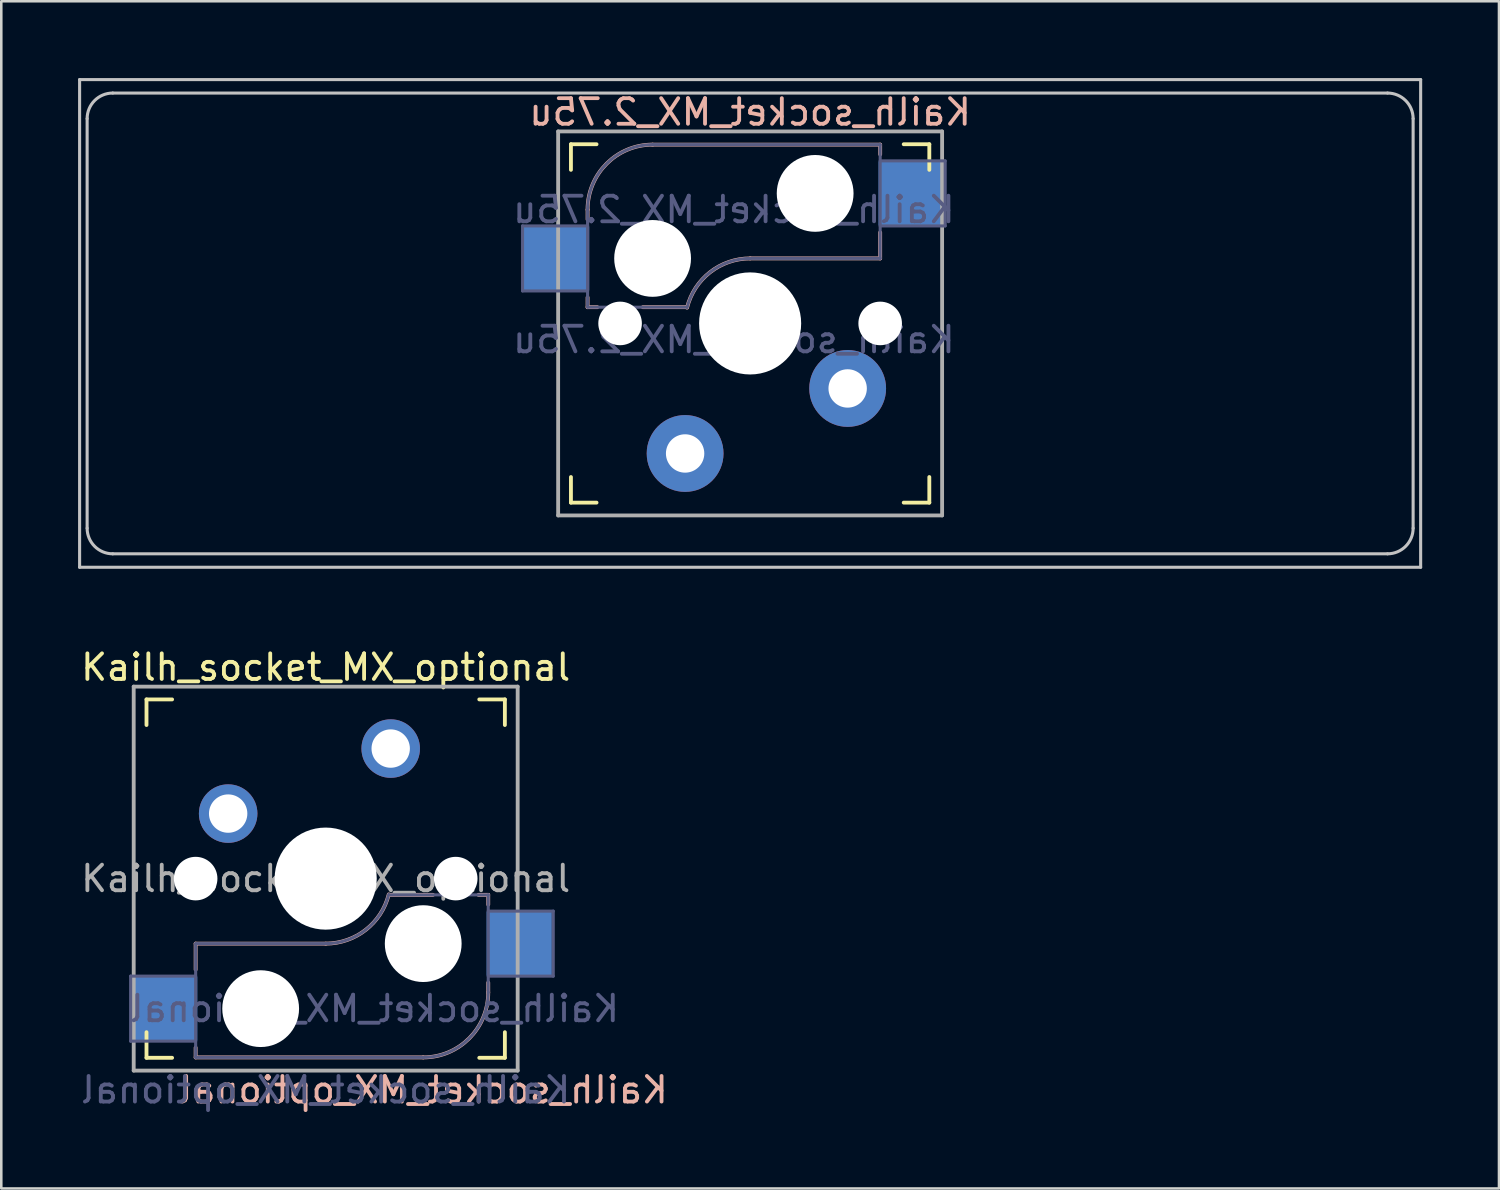
<source format=kicad_pcb>
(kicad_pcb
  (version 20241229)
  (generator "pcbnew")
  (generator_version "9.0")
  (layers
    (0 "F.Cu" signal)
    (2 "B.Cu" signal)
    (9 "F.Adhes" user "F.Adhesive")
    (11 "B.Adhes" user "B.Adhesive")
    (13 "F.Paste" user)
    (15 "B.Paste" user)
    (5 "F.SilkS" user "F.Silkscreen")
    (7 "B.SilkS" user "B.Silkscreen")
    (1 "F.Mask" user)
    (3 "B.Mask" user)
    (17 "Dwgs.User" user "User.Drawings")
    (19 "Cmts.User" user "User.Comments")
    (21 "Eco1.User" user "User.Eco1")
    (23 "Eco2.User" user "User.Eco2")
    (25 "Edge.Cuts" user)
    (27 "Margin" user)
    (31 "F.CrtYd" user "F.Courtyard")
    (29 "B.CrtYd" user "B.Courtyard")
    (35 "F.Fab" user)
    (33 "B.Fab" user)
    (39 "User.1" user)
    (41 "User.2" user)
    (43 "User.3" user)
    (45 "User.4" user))
  (footprint "Kailh_socket_MX_optional"
    (layer "F.Cu")
    (at 9.673 31.273)
    (property "Reference" "Kailh_socket_MX_optional" (at 0 -8.255 0) (layer "F.SilkS") (effects (font (size 1 1) (thickness 0.15))))
    (property "Value" "Kailh_socket_MX_optional" (at 0 8.255 0) (layer "F.Fab") (hide yes) (effects (font (size 1 1) (thickness 0.15))))
    (attr through_hole)
    (fp_line (start -7 -6) (end -7 -7) (stroke (width 0.15) (type solid)) (layer "F.SilkS"))
    (fp_line (start -7 7) (end -7 6) (stroke (width 0.15) (type solid)) (layer "F.SilkS"))
    (fp_line (start -7 7) (end -6 7) (stroke (width 0.15) (type solid)) (layer "F.SilkS"))
    (fp_line (start -6 -7) (end -7 -7) (stroke (width 0.15) (type solid)) (layer "F.SilkS"))
    (fp_line (start 6 7) (end 7 7) (stroke (width 0.15) (type solid)) (layer "F.SilkS"))
    (fp_line (start 7 -7) (end 6 -7) (stroke (width 0.15) (type solid)) (layer "F.SilkS"))
    (fp_line (start 7 -7) (end 7 -6) (stroke (width 0.15) (type solid)) (layer "F.SilkS"))
    (fp_line (start 7 6) (end 7 7) (stroke (width 0.15) (type solid)) (layer "F.SilkS"))
    (fp_line (start -5.08 2.54) (end -5.08 3.556) (stroke (width 0.15) (type solid)) (layer "B.SilkS"))
    (fp_line (start -5.08 6.604) (end -5.08 6.985) (stroke (width 0.15) (type solid)) (layer "B.SilkS"))
    (fp_line (start -5.08 6.985) (end 3.81 6.985) (stroke (width 0.15) (type solid)) (layer "B.SilkS"))
    (fp_line (start 0 2.54) (end -5.08 2.54) (stroke (width 0.15) (type solid)) (layer "B.SilkS"))
    (fp_line (start 4.191 0.635) (end 2.54 0.635) (stroke (width 0.15) (type solid)) (layer "B.SilkS"))
    (fp_line (start 6.35 0.635) (end 5.969 0.635) (stroke (width 0.15) (type solid)) (layer "B.SilkS"))
    (fp_line (start 6.35 1.016) (end 6.35 0.635) (stroke (width 0.15) (type solid)) (layer "B.SilkS"))
    (fp_line (start 6.35 4.445) (end 6.35 4.064) (stroke (width 0.15) (type solid)) (layer "B.SilkS"))
    (fp_arc (start 2.464162 0.61604) (mid 1.563147 2.002042) (end 0 2.54) (stroke (width 0.15) (type solid)) (layer "B.SilkS"))
    (fp_arc (start 6.35 4.445) (mid 5.606051 6.241051) (end 3.81 6.985) (stroke (width 0.15) (type solid)) (layer "B.SilkS"))
    (fp_line (start -6.9 6.9) (end -6.9 -6.9) (stroke (width 0.15) (type solid)) (layer "Eco2.User"))
    (fp_line (start -6.9 6.9) (end 6.9 6.9) (stroke (width 0.15) (type solid)) (layer "Eco2.User"))
    (fp_line (start 6.9 -6.9) (end -6.9 -6.9) (stroke (width 0.15) (type solid)) (layer "Eco2.User"))
    (fp_line (start 6.9 -6.9) (end 6.9 6.9) (stroke (width 0.15) (type solid)) (layer "Eco2.User"))
    (fp_line (start -7.62 3.81) (end -7.62 6.35) (stroke (width 0.12) (type solid)) (layer "B.Fab"))
    (fp_line (start -7.62 6.35) (end -5.08 6.35) (stroke (width 0.12) (type solid)) (layer "B.Fab"))
    (fp_line (start -5.08 2.54) (end -5.08 6.985) (stroke (width 0.12) (type solid)) (layer "B.Fab"))
    (fp_line (start -5.08 3.81) (end -7.62 3.81) (stroke (width 0.12) (type solid)) (layer "B.Fab"))
    (fp_line (start -5.08 6.985) (end 3.81 6.985) (stroke (width 0.12) (type solid)) (layer "B.Fab"))
    (fp_line (start 0 2.54) (end -5.08 2.54) (stroke (width 0.12) (type solid)) (layer "B.Fab"))
    (fp_line (start 6.35 0.635) (end 2.54 0.635) (stroke (width 0.12) (type solid)) (layer "B.Fab"))
    (fp_line (start 6.35 3.81) (end 8.89 3.81) (stroke (width 0.12) (type solid)) (layer "B.Fab"))
    (fp_line (start 6.35 4.445) (end 6.35 0.635) (stroke (width 0.12) (type solid)) (layer "B.Fab"))
    (fp_line (start 8.89 1.27) (end 6.35 1.27) (stroke (width 0.12) (type solid)) (layer "B.Fab"))
    (fp_line (start 8.89 3.81) (end 8.89 1.27) (stroke (width 0.12) (type solid)) (layer "B.Fab"))
    (fp_arc (start 2.464162 0.61604) (mid 1.563147 2.002042) (end 0 2.54) (stroke (width 0.12) (type solid)) (layer "B.Fab"))
    (fp_arc (start 6.35 4.445) (mid 5.606051 6.241051) (end 3.81 6.985) (stroke (width 0.12) (type solid)) (layer "B.Fab"))
    (fp_line (start -7.5 -7.5) (end 7.5 -7.5) (stroke (width 0.15) (type solid)) (layer "F.Fab"))
    (fp_line (start -7.5 7.5) (end -7.5 -7.5) (stroke (width 0.15) (type solid)) (layer "F.Fab"))
    (fp_line (start 7.5 -7.5) (end 7.5 7.5) (stroke (width 0.15) (type solid)) (layer "F.Fab"))
    (fp_line (start 7.5 7.5) (end -7.5 7.5) (stroke (width 0.15) (type solid)) (layer "F.Fab"))
    (fp_text user "${REFERENCE}" (at 3.81 8.255 0) (layer "B.SilkS") (effects (font (size 1 1) (thickness 0.15)) (justify mirror)))
    (fp_text user "${REFERENCE}" (at 1.905 5.08 0) (layer "B.Fab") (effects (font (size 1 1) (thickness 0.15)) (justify mirror)))
    (fp_text user "${VALUE}" (at 0 8.255 0) (layer "B.Fab") (effects (font (size 1 1) (thickness 0.15)) (justify mirror)))
    (fp_text user "${REFERENCE}" (at 0 0 0) (layer "F.Fab") (effects (font (size 1 1) (thickness 0.15))))
    (pad "" np_thru_hole circle (at -5.08 0) (size 1.702 1.702) (drill 1.702) (layers "*.Cu" "*.Mask"))
    (pad "" np_thru_hole circle (at -2.54 5.08) (size 3 3) (drill 3) (layers "*.Cu" "*.Mask"))
    (pad "" np_thru_hole circle (at 0 0) (size 3.988 3.988) (drill 3.988) (layers "*.Cu" "*.Mask"))
    (pad "" np_thru_hole circle (at 3.81 2.54) (size 3 3) (drill 3) (layers "*.Cu" "*.Mask"))
    (pad "" np_thru_hole circle (at 5.08 0) (size 1.702 1.702) (drill 1.702) (layers "*.Cu" "*.Mask"))
    (pad "1" smd rect (at -6.29 5.08) (size 2.55 2.5) (layers "B.Cu" "B.Mask" "B.Paste"))
    (pad "1" thru_hole circle (at 2.54 -5.08) (size 2.286 2.286) (drill 1.499) (layers "*.Cu" "*.Mask"))
    (pad "2" thru_hole circle (at -3.81 -2.54) (size 2.286 2.286) (drill 1.499) (layers "*.Cu" "*.Mask"))
    (pad "2" smd rect (at 7.56 2.54) (size 2.55 2.5) (layers "B.Cu" "B.Mask" "B.Paste")))
  (footprint "Kailh_socket_MX_2.75u"
    (layer "F.Cu")
    (at 26.254 9.585)
    (property "Reference" "Kailh_socket_MX_2.75u" (at 0 -8.255 0) (layer "B.SilkS") (effects (font (size 1 1) (thickness 0.15)) (justify mirror)))
    (property "Value" "Kailh_socket_MX_2.75u" (at 0 8.255 0) (layer "F.Fab") (hide yes) (effects (font (size 1 1) (thickness 0.15))))
    (attr smd)
    (fp_line (start -7 -6) (end -7 -7) (stroke (width 0.15) (type solid)) (layer "F.SilkS"))
    (fp_line (start -7 7) (end -7 6) (stroke (width 0.15) (type solid)) (layer "F.SilkS"))
    (fp_line (start -7 7) (end -6 7) (stroke (width 0.15) (type solid)) (layer "F.SilkS"))
    (fp_line (start -6 -7) (end -7 -7) (stroke (width 0.15) (type solid)) (layer "F.SilkS"))
    (fp_line (start 6 7) (end 7 7) (stroke (width 0.15) (type solid)) (layer "F.SilkS"))
    (fp_line (start 7 -7) (end 6 -7) (stroke (width 0.15) (type solid)) (layer "F.SilkS"))
    (fp_line (start 7 -7) (end 7 -6) (stroke (width 0.15) (type solid)) (layer "F.SilkS"))
    (fp_line (start 7 6) (end 7 7) (stroke (width 0.15) (type solid)) (layer "F.SilkS"))
    (fp_line (start -6.35 -4.445) (end -6.35 -4.064) (stroke (width 0.15) (type solid)) (layer "B.SilkS"))
    (fp_line (start -6.35 -1.016) (end -6.35 -0.635) (stroke (width 0.15) (type solid)) (layer "B.SilkS"))
    (fp_line (start -5.969 -0.635) (end -6.35 -0.635) (stroke (width 0.15) (type solid)) (layer "B.SilkS"))
    (fp_line (start -3.81 -6.985) (end 5.08 -6.985) (stroke (width 0.15) (type solid)) (layer "B.SilkS"))
    (fp_line (start -2.464 -0.635) (end -4.191 -0.635) (stroke (width 0.15) (type solid)) (layer "B.SilkS"))
    (fp_line (start 5.08 -6.985) (end 5.08 -6.604) (stroke (width 0.15) (type solid)) (layer "B.SilkS"))
    (fp_line (start 5.08 -3.556) (end 5.08 -2.54) (stroke (width 0.15) (type solid)) (layer "B.SilkS"))
    (fp_line (start 5.08 -2.54) (end 0 -2.54) (stroke (width 0.15) (type solid)) (layer "B.SilkS"))
    (fp_arc (start -6.35 -4.445) (mid -5.606051 -6.241051) (end -3.81 -6.985) (stroke (width 0.15) (type solid)) (layer "B.SilkS"))
    (fp_arc (start -2.464162 -0.61604) (mid -1.563147 -2.002042) (end 0 -2.54) (stroke (width 0.15) (type solid)) (layer "B.SilkS"))
    (fp_line (start -26.194 -9.525) (end 26.194 -9.525) (stroke (width 0.12) (type solid)) (layer "Dwgs.User"))
    (fp_line (start -26.194 9.525) (end -26.194 -9.525) (stroke (width 0.12) (type solid)) (layer "Dwgs.User"))
    (fp_line (start -25.9 8) (end -25.9 -8) (stroke (width 0.12) (type solid)) (layer "Dwgs.User"))
    (fp_line (start -24.9 -9) (end 24.9 -9) (stroke (width 0.12) (type solid)) (layer "Dwgs.User"))
    (fp_line (start -24.9 9) (end 24.9 9) (stroke (width 0.12) (type solid)) (layer "Dwgs.User"))
    (fp_line (start 25.9 8) (end 25.9 -8) (stroke (width 0.12) (type solid)) (layer "Dwgs.User"))
    (fp_line (start 26.194 -9.525) (end 26.194 9.525) (stroke (width 0.12) (type solid)) (layer "Dwgs.User"))
    (fp_line (start 26.194 9.525) (end -26.194 9.525) (stroke (width 0.12) (type solid)) (layer "Dwgs.User"))
    (fp_arc (start -25.9 -8) (mid -25.607107 -8.707107) (end -24.9 -9) (stroke (width 0.12) (type solid)) (layer "Dwgs.User"))
    (fp_arc (start -24.9 9) (mid -25.607107 8.707107) (end -25.9 8) (stroke (width 0.12) (type solid)) (layer "Dwgs.User"))
    (fp_arc (start 24.9 -9) (mid 25.607107 -8.707107) (end 25.9 -8) (stroke (width 0.12) (type solid)) (layer "Dwgs.User"))
    (fp_arc (start 25.9 8) (mid 25.607107 8.707107) (end 24.9 9) (stroke (width 0.12) (type solid)) (layer "Dwgs.User"))
    (fp_line (start -6.9 6.9) (end -6.9 -6.9) (stroke (width 0.15) (type solid)) (layer "Eco2.User"))
    (fp_line (start -6.9 6.9) (end 6.9 6.9) (stroke (width 0.15) (type solid)) (layer "Eco2.User"))
    (fp_line (start 6.9 -6.9) (end -6.9 -6.9) (stroke (width 0.15) (type solid)) (layer "Eco2.User"))
    (fp_line (start 6.9 -6.9) (end 6.9 6.9) (stroke (width 0.15) (type solid)) (layer "Eco2.User"))
    (fp_line (start -8.89 -3.81) (end -6.35 -3.81) (stroke (width 0.12) (type solid)) (layer "B.Fab"))
    (fp_line (start -8.89 -1.27) (end -8.89 -3.81) (stroke (width 0.12) (type solid)) (layer "B.Fab"))
    (fp_line (start -6.35 -1.27) (end -8.89 -1.27) (stroke (width 0.12) (type solid)) (layer "B.Fab"))
    (fp_line (start -6.35 -0.635) (end -6.35 -4.445) (stroke (width 0.12) (type solid)) (layer "B.Fab"))
    (fp_line (start -6.35 -0.635) (end -2.54 -0.635) (stroke (width 0.12) (type solid)) (layer "B.Fab"))
    (fp_line (start -3.81 -6.985) (end 5.08 -6.985) (stroke (width 0.12) (type solid)) (layer "B.Fab"))
    (fp_line (start 5.08 -6.985) (end 5.08 -2.54) (stroke (width 0.12) (type solid)) (layer "B.Fab"))
    (fp_line (start 5.08 -6.35) (end 7.62 -6.35) (stroke (width 0.12) (type solid)) (layer "B.Fab"))
    (fp_line (start 5.08 -2.54) (end 0 -2.54) (stroke (width 0.12) (type solid)) (layer "B.Fab"))
    (fp_line (start 7.62 -6.35) (end 7.62 -3.81) (stroke (width 0.12) (type solid)) (layer "B.Fab"))
    (fp_line (start 7.62 -3.81) (end 5.08 -3.81) (stroke (width 0.12) (type solid)) (layer "B.Fab"))
    (fp_arc (start -6.35 -4.445) (mid -5.606051 -6.241051) (end -3.81 -6.985) (stroke (width 0.12) (type solid)) (layer "B.Fab"))
    (fp_arc (start -2.464162 -0.61604) (mid -1.563147 -2.002042) (end 0 -2.54) (stroke (width 0.12) (type solid)) (layer "B.Fab"))
    (fp_line (start -7.5 -7.5) (end 7.5 -7.5) (stroke (width 0.15) (type solid)) (layer "F.Fab"))
    (fp_line (start -7.5 7.5) (end -7.5 -7.5) (stroke (width 0.15) (type solid)) (layer "F.Fab"))
    (fp_line (start 7.5 -7.5) (end 7.5 7.5) (stroke (width 0.15) (type solid)) (layer "F.Fab"))
    (fp_line (start 7.5 7.5) (end -7.5 7.5) (stroke (width 0.15) (type solid)) (layer "F.Fab"))
    (fp_text user "${VALUE}" (at -0.635 0.635 0) (layer "B.Fab") (effects (font (size 1 1) (thickness 0.15)) (justify mirror)))
    (fp_text user "${REFERENCE}" (at -0.635 -4.445 0) (layer "B.Fab") (effects (font (size 1 1) (thickness 0.15)) (justify mirror)))
    (pad "" np_thru_hole circle (at -5.08 0) (size 1.702 1.702) (drill 1.702) (layers "*.Cu" "*.Mask"))
    (pad "" np_thru_hole circle (at -3.81 -2.54) (size 3 3) (drill 3) (layers "*.Cu" "*.Mask"))
    (pad "" np_thru_hole circle (at 0 0) (size 3.988 3.988) (drill 3.988) (layers "*.Cu" "*.Mask"))
    (pad "" np_thru_hole circle (at 2.54 -5.08) (size 3 3) (drill 3) (layers "*.Cu" "*.Mask"))
    (pad "" np_thru_hole circle (at 5.08 0) (size 1.702 1.702) (drill 1.702) (layers "*.Cu" "*.Mask"))
    (pad "1" thru_hole circle (at -2.54 5.08) (size 3 3) (drill 1.499) (layers "*.Cu" "*.Mask"))
    (pad "1" smd rect (at 6.29 -5.08) (size 2.55 2.5) (layers "B.Cu" "B.Mask" "B.Paste"))
    (pad "2" smd rect (at -7.56 -2.54) (size 2.55 2.5) (layers "B.Cu" "B.Mask" "B.Paste"))
    (pad "2" thru_hole circle (at 3.81 2.54) (size 3 3) (drill 1.499) (layers "*.Cu" "*.Mask")))
  (gr_rect
    (start -3 -3)
    (end 55.508 43.377)
    (stroke (width 0.1) (type default))
    (fill no)
    (layer "Edge.Cuts")))
</source>
